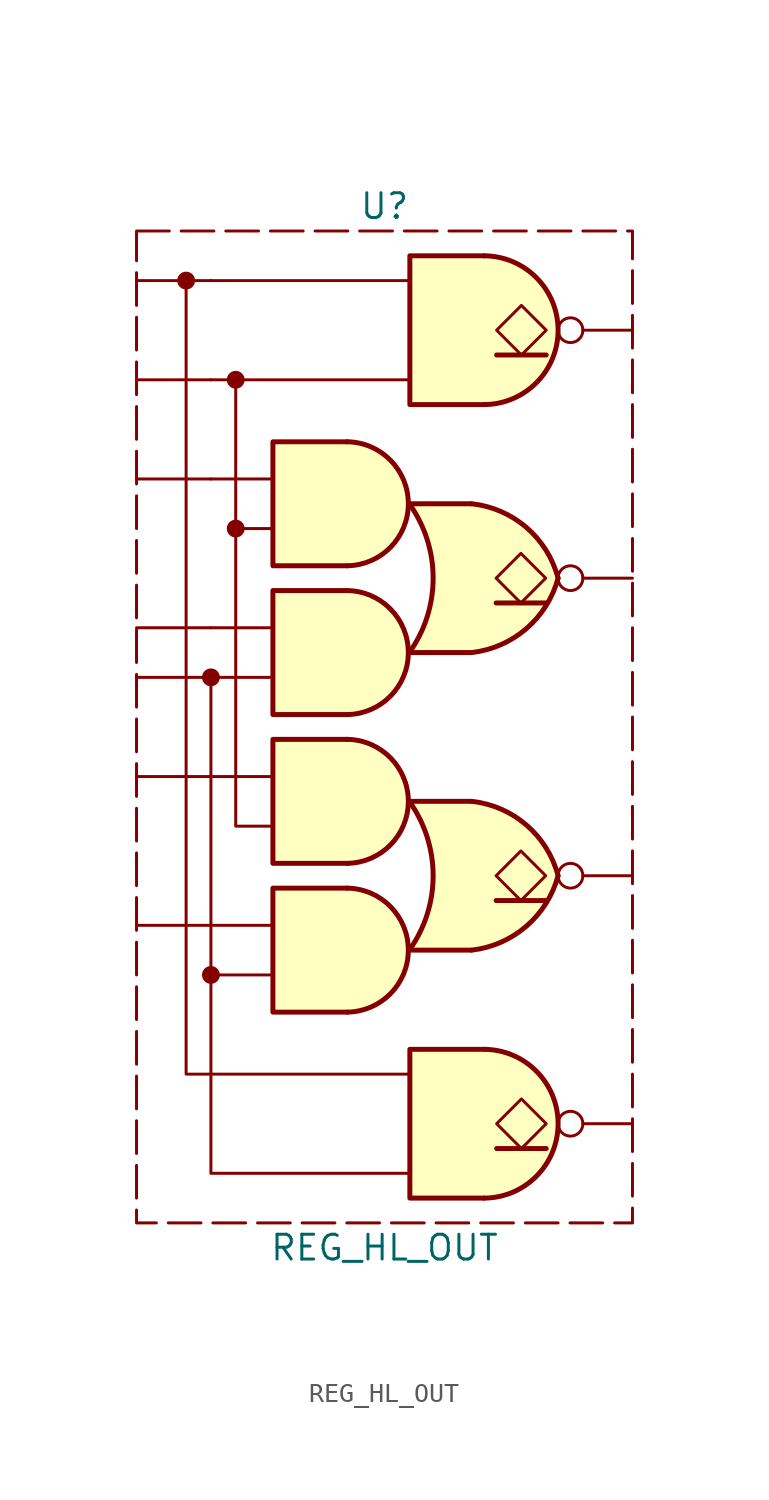
<source format=kicad_sym>
(kicad_symbol_lib
  (version 20231120)
  (generator "kicad_symbol_editor")
  (generator_version "8.0")
  (symbol "REG_HL_OUT"
    (pin_numbers hide)
    (pin_names hide)
    (property "Reference" "U"
      (at 0 26.67 0)
      (effects (font (size 1.27 1.27))))
    (property "Value" "REG_HL_OUT"
      (at 0 -26.67 0)
      (effects (font (size 1.27 1.27))))
    (symbol "REG_HL_OUT_0_1"
      (polyline (pts (xy -8.89 17.78) (xy 1.27 17.78)) (stroke (width 0) (type default)) (fill (type none)))
      (polyline (pts (xy -8.89 22.86) (xy 1.27 22.86)) (stroke (width 0) (type default)) (fill (type none)))
      (polyline (pts (xy -7.62 10.16) (xy -5.715 10.16)) (stroke (width 0) (type default)) (fill (type none)))
      (polyline (pts (xy -5.715 -12.7) (xy -8.89 -12.7)) (stroke (width 0) (type default)) (fill (type none)))
      (polyline (pts (xy -5.715 -10.16) (xy -8.89 -10.16)) (stroke (width 0) (type default)) (fill (type none)))
      (polyline (pts (xy -5.715 -2.54) (xy -8.89 -2.54)) (stroke (width 0) (type default)) (fill (type none)))
      (polyline (pts (xy -5.715 2.54) (xy -8.89 2.54)) (stroke (width 0) (type default)) (fill (type none)))
      (polyline (pts (xy -5.715 5.08) (xy -8.89 5.08)) (stroke (width 0) (type default)) (fill (type none)))
      (polyline (pts (xy -5.715 12.7) (xy -8.89 12.7)) (stroke (width 0) (type default)) (fill (type none)))
      (polyline (pts (xy -5.715 -5.08) (xy -7.62 -5.08) (xy -7.62 17.78)) (stroke (width 0) (type default)) (fill (type none)))
      (polyline (pts (xy 1.27 -22.86) (xy -8.89 -22.86) (xy -8.89 2.54)) (stroke (width 0) (type default)) (fill (type none)))
      (polyline (pts (xy 1.27 -17.78) (xy -10.16 -17.78) (xy -10.16 22.86)) (stroke (width 0) (type default)) (fill (type none))))
    (symbol "REG_HL_OUT_1_1"
      (rectangle (start -12.7 25.4) (end 12.7 -25.4) (stroke (width 0) (type dash)) (fill (type none)))
      (circle (center -10.16 22.86) (radius 0.381) (stroke (width 0) (type default)) (fill (type outline)))
      (circle (center -8.89 -12.7) (radius 0.381) (stroke (width 0) (type default)) (fill (type outline)))
      (circle (center -8.89 2.54) (radius 0.381) (stroke (width 0) (type default)) (fill (type outline)))
      (circle (center -7.62 10.16) (radius 0.381) (stroke (width 0) (type default)) (fill (type outline)))
      (circle (center -7.62 17.78) (radius 0.381) (stroke (width 0) (type default)) (fill (type outline)))
      (arc (start -1.905 -14.605) (mid 1.22 -11.43) (end -1.905 -8.255) (stroke (width 0.254) (type default)) (fill (type background)))
      (arc (start -1.905 -6.985) (mid 1.22 -3.81) (end -1.905 -0.635) (stroke (width 0.254) (type default)) (fill (type background)))
      (arc (start -1.905 0.635) (mid 1.22 3.81) (end -1.905 6.985) (stroke (width 0.254) (type default)) (fill (type background)))
      (arc (start -1.905 8.255) (mid 1.22 11.43) (end -1.905 14.605) (stroke (width 0.254) (type default)) (fill (type background)))
      (polyline (pts (xy 1.27 -11.43) (xy 4.445 -11.43)) (stroke (width 0.254) (type default)) (fill (type background)))
      (polyline (pts (xy 1.27 -3.81) (xy 4.445 -3.81)) (stroke (width 0.254) (type default)) (fill (type background)))
      (polyline (pts (xy 1.27 3.81) (xy 4.445 3.81)) (stroke (width 0.254) (type default)) (fill (type background)))
      (polyline (pts (xy 1.27 11.43) (xy 4.445 11.43)) (stroke (width 0.254) (type default)) (fill (type background)))
      (polyline (pts (xy 5.715 -8.89) (xy 8.255 -8.89)) (stroke (width 0.254) (type default)) (fill (type none)))
      (polyline (pts (xy 5.715 6.35) (xy 8.255 6.35)) (stroke (width 0.254) (type default)) (fill (type none)))
      (polyline (pts (xy 5.742 -21.59) (xy 8.282 -21.59)) (stroke (width 0.254) (type default)) (fill (type none)))
      (polyline (pts (xy 5.742 19.05) (xy 8.282 19.05)) (stroke (width 0.254) (type default)) (fill (type none)))
      (polyline (pts (xy -1.905 -8.255) (xy -5.715 -8.255) (xy -5.715 -14.605) (xy -1.905 -14.605)) (stroke (width 0.254) (type default)) (fill (type background)))
      (polyline (pts (xy -1.905 -0.635) (xy -5.715 -0.635) (xy -5.715 -6.985) (xy -1.905 -6.985)) (stroke (width 0.254) (type default)) (fill (type background)))
      (polyline (pts (xy -1.905 6.985) (xy -5.715 6.985) (xy -5.715 0.635) (xy -1.905 0.635)) (stroke (width 0.254) (type default)) (fill (type background)))
      (polyline (pts (xy -1.905 14.605) (xy -5.715 14.605) (xy -5.715 8.255) (xy -1.905 8.255)) (stroke (width 0.254) (type default)) (fill (type background)))
      (polyline (pts (xy 5.108 -16.51) (xy 1.298 -16.51) (xy 1.298 -24.13) (xy 5.108 -24.13)) (stroke (width 0.254) (type default)) (fill (type background)))
      (polyline (pts (xy 5.108 24.13) (xy 1.298 24.13) (xy 1.298 16.51) (xy 5.108 16.51)) (stroke (width 0.254) (type default)) (fill (type background)))
      (polyline (pts (xy 8.255 -7.62) (xy 6.985 -6.35) (xy 5.715 -7.62) (xy 6.985 -8.89) (xy 8.255 -7.62)) (stroke (width 0) (type default)) (fill (type none)))
      (polyline (pts (xy 8.255 7.62) (xy 6.985 8.89) (xy 5.715 7.62) (xy 6.985 6.35) (xy 8.255 7.62)) (stroke (width 0) (type default)) (fill (type none)))
      (polyline (pts (xy 8.282 -20.32) (xy 7.012 -19.05) (xy 5.742 -20.32) (xy 7.012 -21.59) (xy 8.282 -20.32)) (stroke (width 0) (type default)) (fill (type none)))
      (polyline (pts (xy 8.282 20.32) (xy 7.012 21.59) (xy 5.742 20.32) (xy 7.012 19.05) (xy 8.282 20.32)) (stroke (width 0) (type default)) (fill (type none)))
      (polyline (pts (xy 4.445 -3.81) (xy 1.27 -3.81) (xy 1.27 -3.81) (xy 1.524 -4.216) (xy 2.057 -5.359) (xy 2.388 -6.579) (xy 2.464 -7.874) (xy 2.311 -9.119) (xy 1.905 -10.338) (xy 1.27 -11.43) (xy 1.27 -11.43) (xy 4.445 -11.43)) (stroke (width -25.4) (type default)) (fill (type background)))
      (polyline (pts (xy 4.445 11.43) (xy 1.27 11.43) (xy 1.27 11.43) (xy 1.524 11.024) (xy 2.057 9.881) (xy 2.388 8.661) (xy 2.464 7.366) (xy 2.311 6.121) (xy 1.905 4.902) (xy 1.27 3.81) (xy 1.27 3.81) (xy 4.445 3.81)) (stroke (width -25.4) (type default)) (fill (type background)))
      (arc (start 1.2698 -11.43) (mid 2.4908 -7.62) (end 1.2698 -3.81) (stroke (width 0.254) (type default)) (fill (type none)))
      (arc (start 1.2698 3.81) (mid 2.4908 7.62) (end 1.2698 11.43) (stroke (width 0.254) (type default)) (fill (type none)))
      (arc (start 4.4702 -11.43) (mid 7.2656 -10.2041) (end 8.8898 -7.62) (stroke (width 0.254) (type default)) (fill (type background)))
      (arc (start 4.4702 3.81) (mid 7.2653 5.036) (end 8.8898 7.62) (stroke (width 0.254) (type default)) (fill (type background)))
      (arc (start 5.1076 -24.13) (mid 8.8901 -20.32) (end 5.1076 -16.51) (stroke (width 0.254) (type default)) (fill (type background)))
      (arc (start 5.1076 16.51) (mid 8.8901 20.32) (end 5.1076 24.13) (stroke (width 0.254) (type default)) (fill (type background)))
      (arc (start 8.8898 -7.62) (mid 7.2726 -5.0275) (end 4.4702 -3.81) (stroke (width 0.254) (type default)) (fill (type background)))
      (arc (start 8.8898 7.62) (mid 7.2726 10.2125) (end 4.4702 11.43) (stroke (width 0.254) (type default)) (fill (type background)))
      (pin input line (at -12.7 22.86 0) (length 3.81) (name "ENA1" (effects (font (size 1.27 1.27)))) (number "" (effects (font (size 0 0)))))
      (pin input line (at -12.7 12.7 0) (length 3.81) (name "H_ENA2" (effects (font (size 1.27 1.27)))) (number "" (effects (font (size 0 0)))))
      (pin input line (at -12.7 -2.54 0) (length 3.81) (name "H_ENA3" (effects (font (size 1.27 1.27)))) (number "" (effects (font (size 0 0)))))
      (pin input line (at -12.7 17.78 0) (length 3.81) (name "H_IN" (effects (font (size 1.27 1.27)))) (number "" (effects (font (size 0 0)))))
      (pin tri_state inverted (at 12.7 20.32 180) (length 3.81) (name "H_Y1" (effects (font (size 1.27 1.27)))) (number "" (effects (font (size 0 0)))))
      (pin input line (at -12.7 5.08 0) (length 3.81) (name "L_ENA2" (effects (font (size 1.27 1.27)))) (number "" (effects (font (size 0 0)))))
      (pin input line (at -12.7 -10.16 0) (length 3.81) (name "L_ENA3" (effects (font (size 1.27 1.27)))) (number "" (effects (font (size 0 0)))))
      (pin input line (at -12.7 2.54 0) (length 3.81) (name "L_IN" (effects (font (size 1.27 1.27)))) (number "" (effects (font (size 0 0)))))
      (pin tri_state inverted (at 12.7 -20.32 180) (length 3.81) (name "L_Y1" (effects (font (size 1.27 1.27)))) (number "" (effects (font (size 0 0)))))
      (pin tri_state inverted (at 12.7 7.62 180) (length 3.81) (name "Y2" (effects (font (size 1.27 1.27)))) (number "" (effects (font (size 0 0)))))
      (pin tri_state inverted (at 12.7 -7.62 180) (length 3.81) (name "Y3" (effects (font (size 1.27 1.27)))) (number "" (effects (font (size 0 0))))))))
</source>
